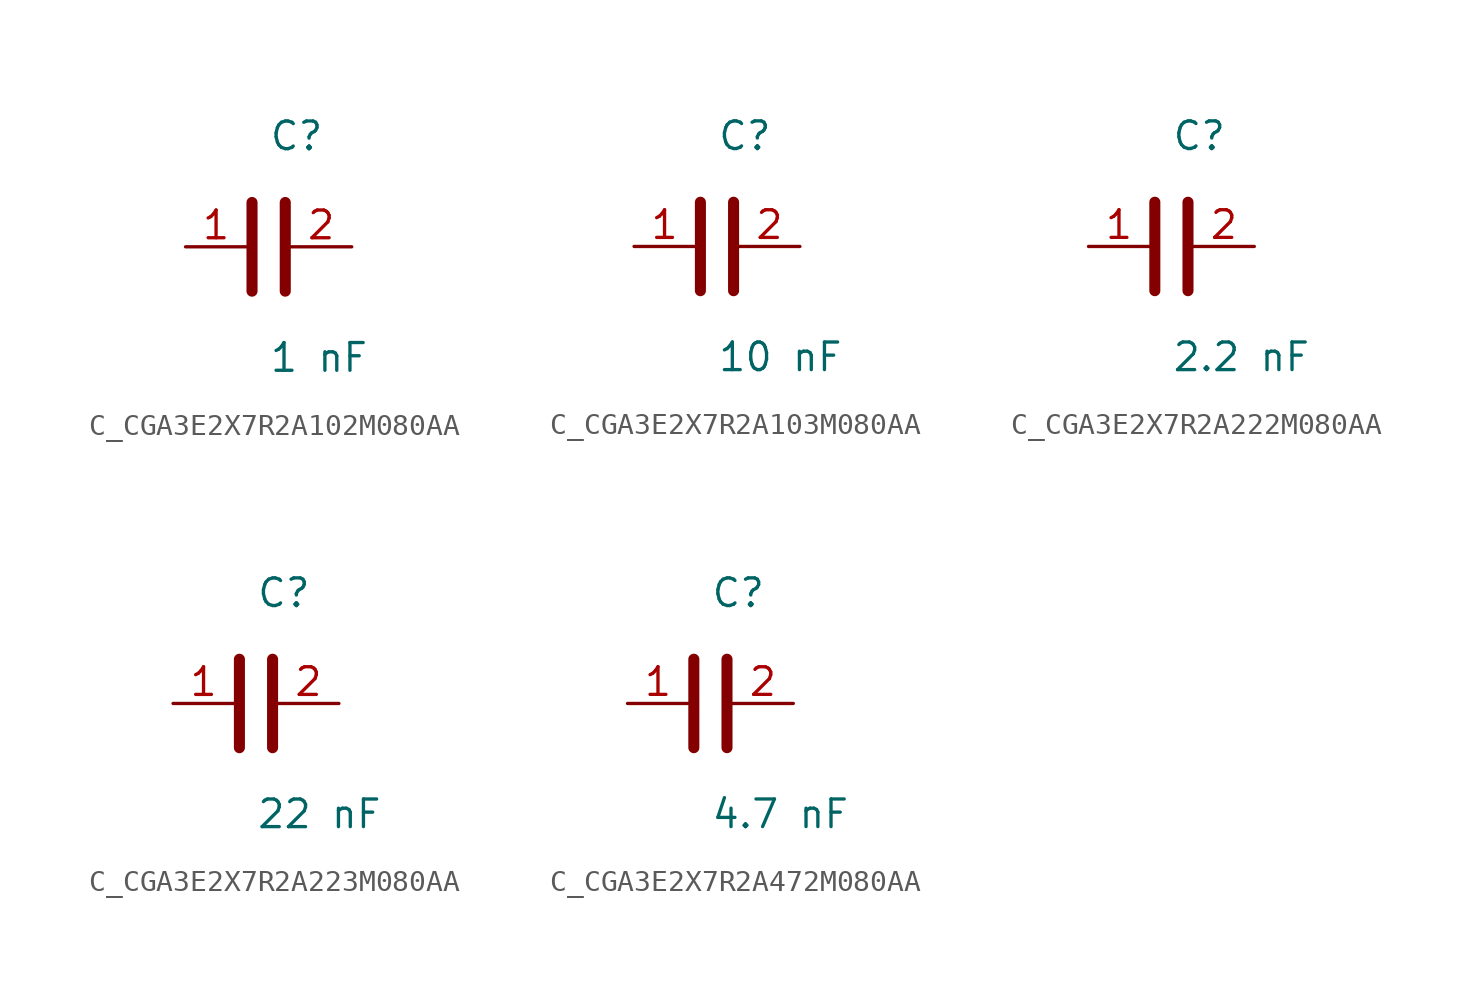
<source format=kicad_sym>
(kicad_symbol_lib
  (version 20231120)
  (generator kicad_symbol_editor)
  (generator_version 8.0)
  (symbol "C_CGA3E2X7R2A102M080AA"
    (pin_names
      (offset 0.254))
    (property "Reference" "C"
      (at 0.0 5.08 0)
      (effects (font (size 1.27 1.27)) (justify left)))
    (property "Value" "1 nF"
      (at 0.0 -5.08 0)
      (effects (font (size 1.27 1.27)) (justify left)))
    (symbol "C_CGA3E2X7R2A102M080AA_0_1"
      (polyline (pts (xy -0.762 -2.032) (xy -0.762 2.032)) (stroke (width 0.508) (type default)) (fill (type none)))
      (polyline (pts (xy 0.762 -2.032) (xy 0.762 2.032)) (stroke (width 0.508) (type default)) (fill (type none))))
    (pin unspecified line
      (at -3.81 0 0)
      (length 2.8)
      (name "" (effects (font (size 1.27 1.27))))
      (number "1" (effects (font (size 1.27 1.27)))))
    (pin unspecified line
      (at 3.81 0 180)
      (length 2.8)
      (name "" (effects (font (size 1.27 1.27))))
      (number "2" (effects (font (size 1.27 1.27))))))
  (symbol "C_CGA3E2X7R2A103M080AA"
    (pin_names
      (offset 0.254))
    (property "Reference" "C"
      (at 0.0 5.08 0)
      (effects (font (size 1.27 1.27)) (justify left)))
    (property "Value" "10 nF"
      (at 0.0 -5.08 0)
      (effects (font (size 1.27 1.27)) (justify left)))
    (symbol "C_CGA3E2X7R2A103M080AA_0_1"
      (polyline (pts (xy -0.762 -2.032) (xy -0.762 2.032)) (stroke (width 0.508) (type default)) (fill (type none)))
      (polyline (pts (xy 0.762 -2.032) (xy 0.762 2.032)) (stroke (width 0.508) (type default)) (fill (type none))))
    (pin unspecified line
      (at -3.81 0 0)
      (length 2.8)
      (name "" (effects (font (size 1.27 1.27))))
      (number "1" (effects (font (size 1.27 1.27)))))
    (pin unspecified line
      (at 3.81 0 180)
      (length 2.8)
      (name "" (effects (font (size 1.27 1.27))))
      (number "2" (effects (font (size 1.27 1.27))))))
  (symbol "C_CGA3E2X7R2A222M080AA"
    (pin_names
      (offset 0.254))
    (property "Reference" "C"
      (at 0.0 5.08 0)
      (effects (font (size 1.27 1.27)) (justify left)))
    (property "Value" "2.2 nF"
      (at 0.0 -5.08 0)
      (effects (font (size 1.27 1.27)) (justify left)))
    (symbol "C_CGA3E2X7R2A222M080AA_0_1"
      (polyline (pts (xy -0.762 -2.032) (xy -0.762 2.032)) (stroke (width 0.508) (type default)) (fill (type none)))
      (polyline (pts (xy 0.762 -2.032) (xy 0.762 2.032)) (stroke (width 0.508) (type default)) (fill (type none))))
    (pin unspecified line
      (at -3.81 0 0)
      (length 2.8)
      (name "" (effects (font (size 1.27 1.27))))
      (number "1" (effects (font (size 1.27 1.27)))))
    (pin unspecified line
      (at 3.81 0 180)
      (length 2.8)
      (name "" (effects (font (size 1.27 1.27))))
      (number "2" (effects (font (size 1.27 1.27))))))
  (symbol "C_CGA3E2X7R2A223M080AA"
    (pin_names
      (offset 0.254))
    (property "Reference" "C"
      (at 0.0 5.08 0)
      (effects (font (size 1.27 1.27)) (justify left)))
    (property "Value" "22 nF"
      (at 0.0 -5.08 0)
      (effects (font (size 1.27 1.27)) (justify left)))
    (symbol "C_CGA3E2X7R2A223M080AA_0_1"
      (polyline (pts (xy -0.762 -2.032) (xy -0.762 2.032)) (stroke (width 0.508) (type default)) (fill (type none)))
      (polyline (pts (xy 0.762 -2.032) (xy 0.762 2.032)) (stroke (width 0.508) (type default)) (fill (type none))))
    (pin unspecified line
      (at -3.81 0 0)
      (length 2.8)
      (name "" (effects (font (size 1.27 1.27))))
      (number "1" (effects (font (size 1.27 1.27)))))
    (pin unspecified line
      (at 3.81 0 180)
      (length 2.8)
      (name "" (effects (font (size 1.27 1.27))))
      (number "2" (effects (font (size 1.27 1.27))))))
  (symbol "C_CGA3E2X7R2A472M080AA"
    (pin_names
      (offset 0.254))
    (property "Reference" "C"
      (at 0.0 5.08 0)
      (effects (font (size 1.27 1.27)) (justify left)))
    (property "Value" "4.7 nF"
      (at 0.0 -5.08 0)
      (effects (font (size 1.27 1.27)) (justify left)))
    (symbol "C_CGA3E2X7R2A472M080AA_0_1"
      (polyline (pts (xy -0.762 -2.032) (xy -0.762 2.032)) (stroke (width 0.508) (type default)) (fill (type none)))
      (polyline (pts (xy 0.762 -2.032) (xy 0.762 2.032)) (stroke (width 0.508) (type default)) (fill (type none))))
    (pin unspecified line
      (at -3.81 0 0)
      (length 2.8)
      (name "" (effects (font (size 1.27 1.27))))
      (number "1" (effects (font (size 1.27 1.27)))))
    (pin unspecified line
      (at 3.81 0 180)
      (length 2.8)
      (name "" (effects (font (size 1.27 1.27))))
      (number "2" (effects (font (size 1.27 1.27)))))))
</source>
